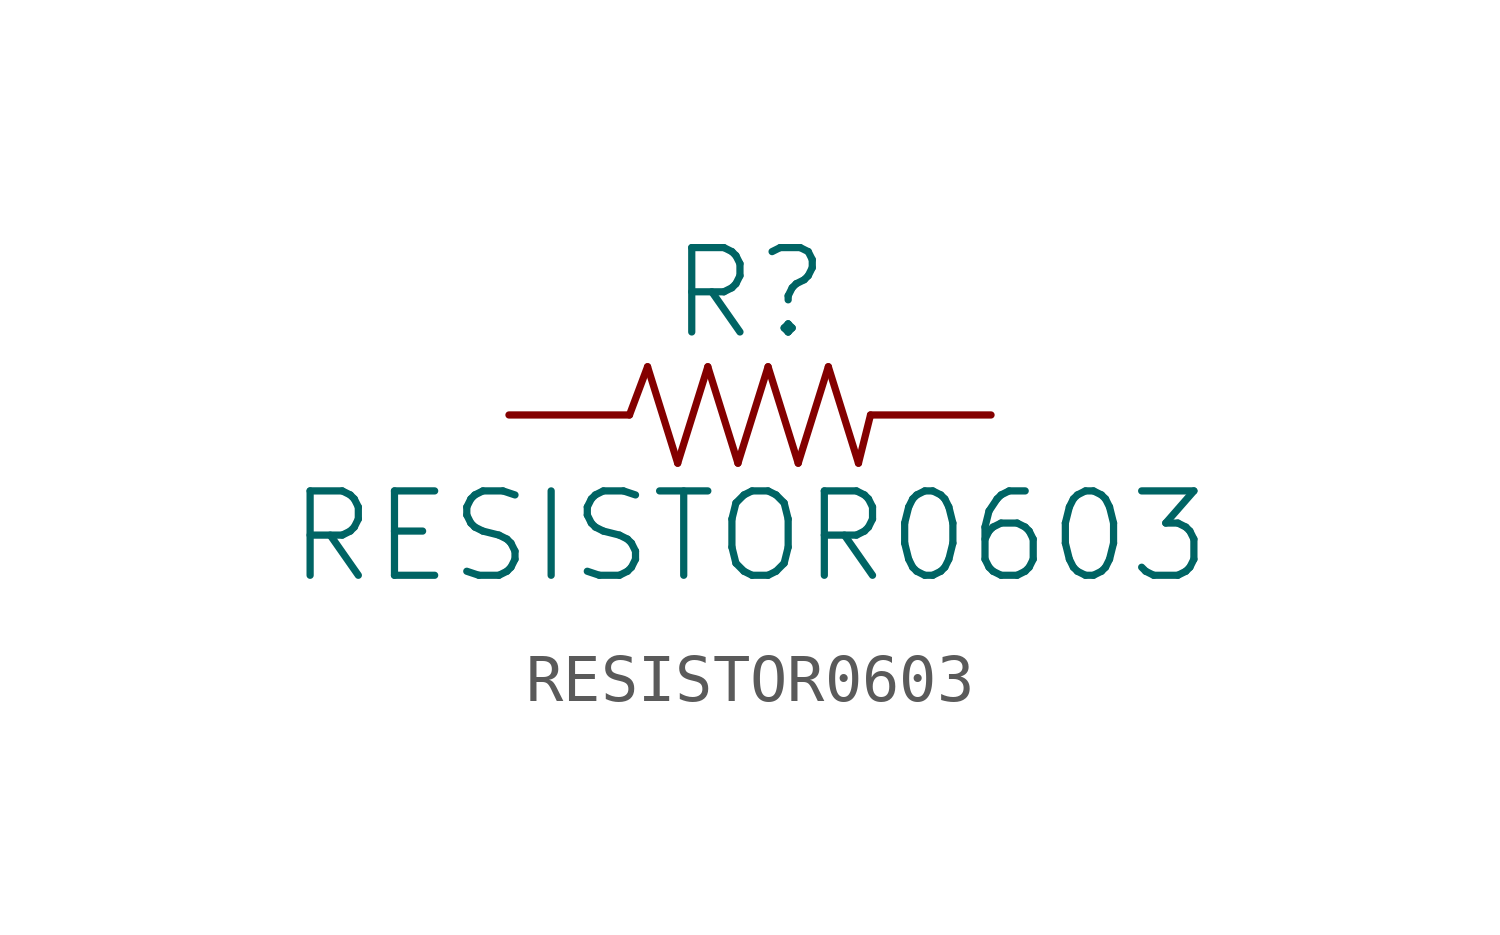
<source format=kicad_sym>
(kicad_symbol_lib
  (version 20220914)
  (generator kicad_symbol_editor)
  (symbol "RESISTOR0603"
    (pin_names
      (offset 1.016))
    (property "Reference" "R"
      (at 0 1.524 0)
      (effects (font (size 1.778 1.778)) (justify bottom)))
    (property "Value" "RESISTOR0603"
      (at 0 -1.524 0)
      (effects (font (size 1.778 1.778)) (justify top)))
    (property "ki_locked" ""
      (at 0 0 0)
      (effects (font (size 1.27 1.27))))
    (symbol "RESISTOR0603_1_0"
      (polyline (pts (xy -2.54 0) (xy -2.159 1.016)) (stroke (width 0) (type default)) (fill (type none)))
      (polyline (pts (xy -2.159 1.016) (xy -1.524 -1.016)) (stroke (width 0) (type default)) (fill (type none)))
      (polyline (pts (xy -1.524 -1.016) (xy -0.889 1.016)) (stroke (width 0) (type default)) (fill (type none)))
      (polyline (pts (xy -0.889 1.016) (xy -0.254 -1.016)) (stroke (width 0) (type default)) (fill (type none)))
      (polyline (pts (xy -0.254 -1.016) (xy 0.381 1.016)) (stroke (width 0) (type default)) (fill (type none)))
      (polyline (pts (xy 0.381 1.016) (xy 1.016 -1.016)) (stroke (width 0) (type default)) (fill (type none)))
      (polyline (pts (xy 1.016 -1.016) (xy 1.651 1.016)) (stroke (width 0) (type default)) (fill (type none)))
      (polyline (pts (xy 1.651 1.016) (xy 2.286 -1.016)) (stroke (width 0) (type default)) (fill (type none)))
      (polyline (pts (xy 2.286 -1.016) (xy 2.54 0)) (stroke (width 0) (type default)) (fill (type none)))
      (pin passive line (at -5.08 0 0) (length 2.54) (name "1" (effects (font (size 0 0)))) (number "1" (effects (font (size 0 0)))))
      (pin passive line (at 5.08 0 180) (length 2.54) (name "2" (effects (font (size 0 0)))) (number "2" (effects (font (size 0 0))))))))
</source>
